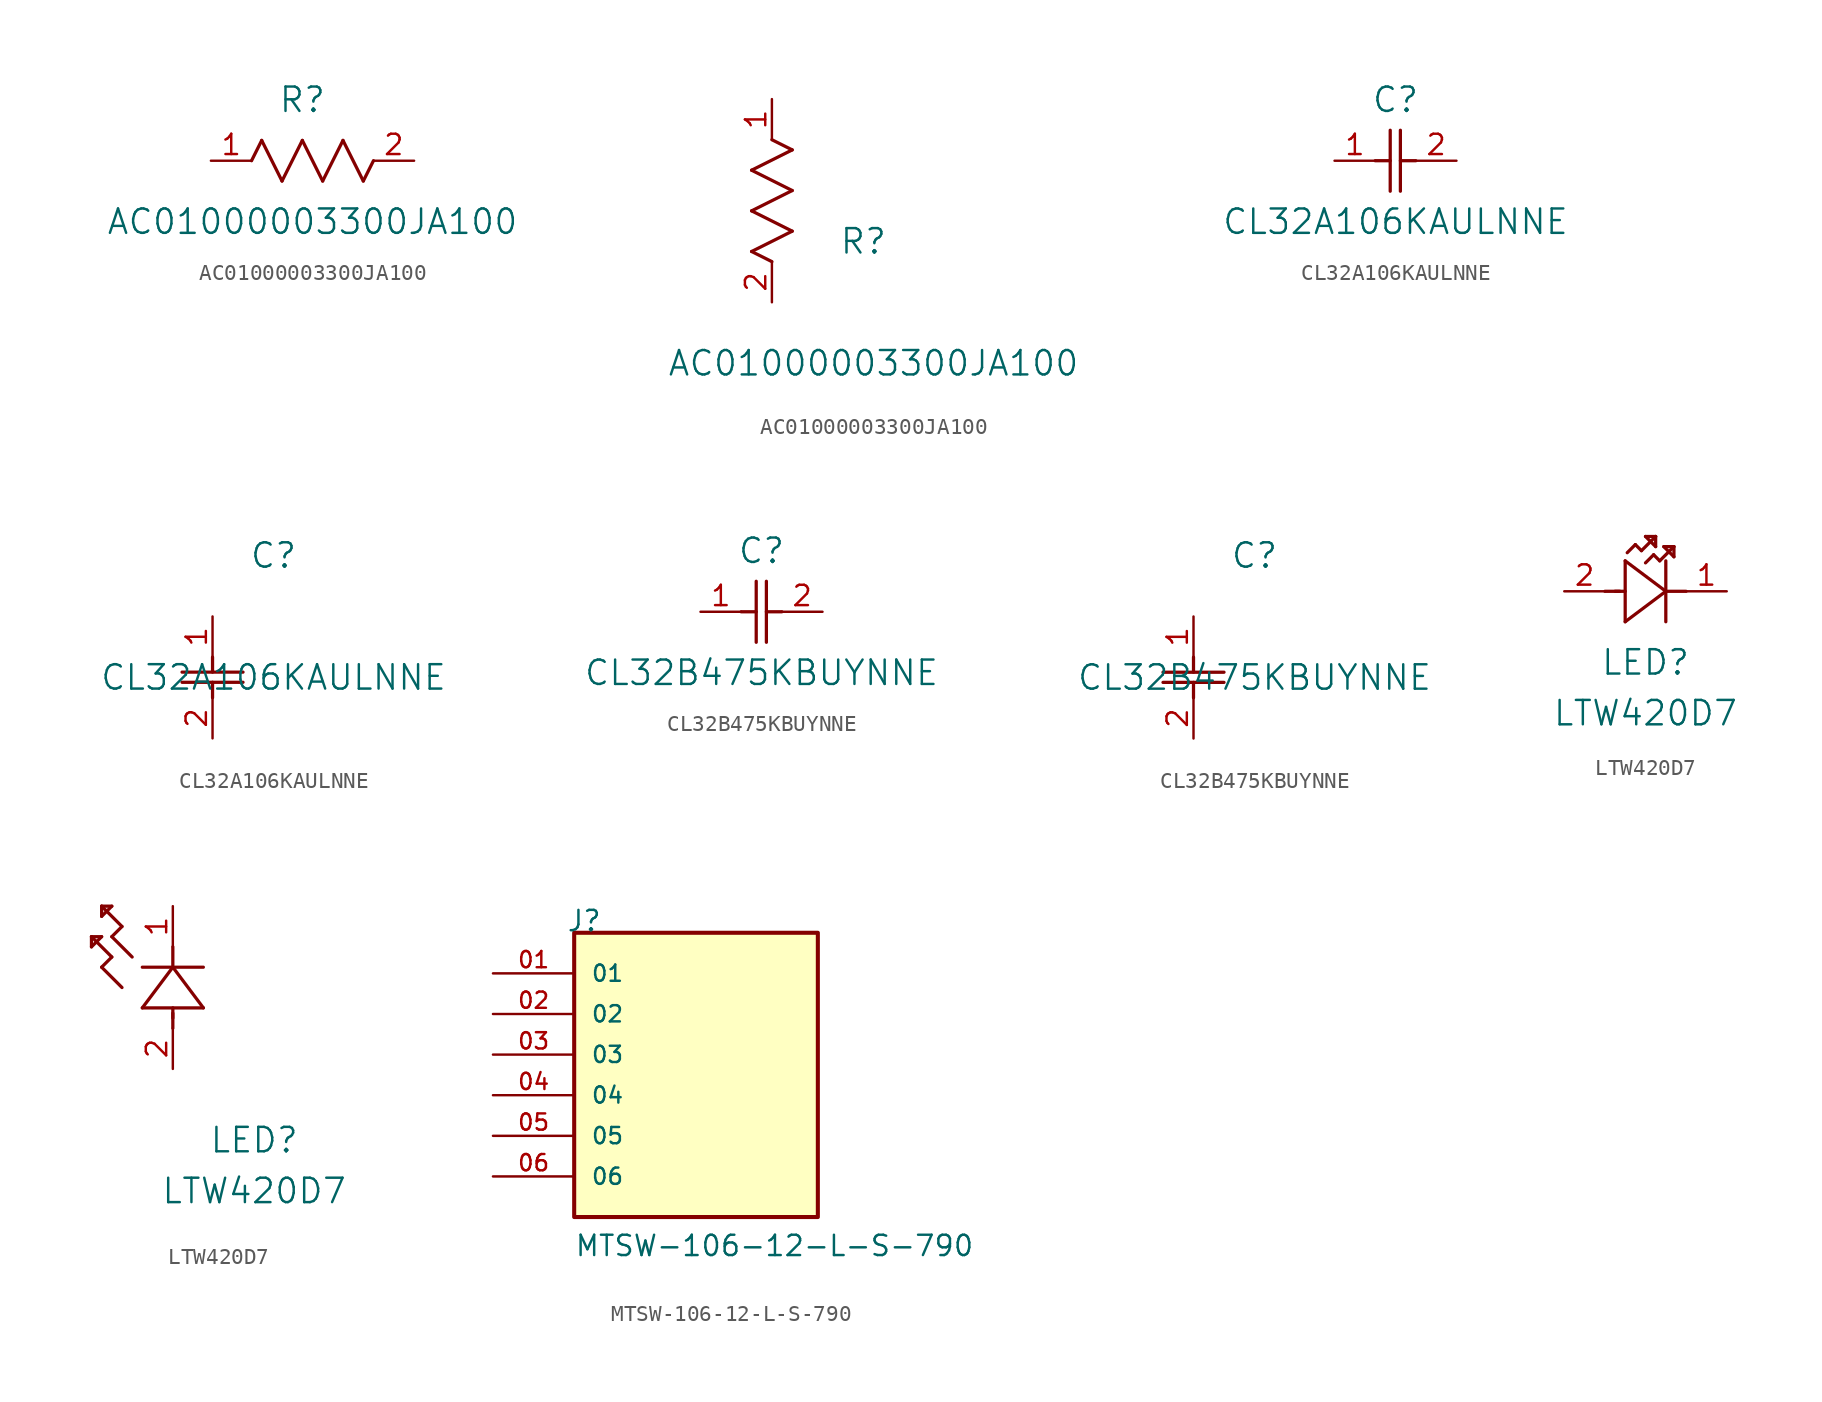
<source format=kicad_sym>
(kicad_symbol_lib
  (version 20211014)
  (generator kicad_symbol_editor)
  (symbol "AC01000003300JA100"
    (pin_names
      (offset 0.254))
    (property "Reference" "R"
      (at 5.715 3.81 0)
      (effects (font (size 1.524 1.524))))
    (property "Value" "AC01000003300JA100"
      (at 6.35 -3.81 0)
      (effects (font (size 1.524 1.524))))
    (property "ki_locked" ""
      (at 0 0 0)
      (effects (font (size 1.27 1.27))))
    (symbol "AC01000003300JA100_1_1"
      (polyline (pts (xy 2.54 0) (xy 3.175 1.27)) (stroke (width 0.203) (type default) (color 0 0 0 0)) (fill (type none)))
      (polyline (pts (xy 3.175 1.27) (xy 4.445 -1.27)) (stroke (width 0.203) (type default) (color 0 0 0 0)) (fill (type none)))
      (polyline (pts (xy 4.445 -1.27) (xy 5.715 1.27)) (stroke (width 0.203) (type default) (color 0 0 0 0)) (fill (type none)))
      (polyline (pts (xy 5.715 1.27) (xy 6.985 -1.27)) (stroke (width 0.203) (type default) (color 0 0 0 0)) (fill (type none)))
      (polyline (pts (xy 6.985 -1.27) (xy 8.255 1.27)) (stroke (width 0.203) (type default) (color 0 0 0 0)) (fill (type none)))
      (polyline (pts (xy 8.255 1.27) (xy 9.525 -1.27)) (stroke (width 0.203) (type default) (color 0 0 0 0)) (fill (type none)))
      (polyline (pts (xy 9.525 -1.27) (xy 10.16 0)) (stroke (width 0.203) (type default) (color 0 0 0 0)) (fill (type none)))
      (pin unspecified line (at 0 0 0) (length 2.54) (name "" (effects (font (size 1.27 1.27)))) (number "1" (effects (font (size 1.27 1.27)))))
      (pin unspecified line (at 12.7 0 180) (length 2.54) (name "" (effects (font (size 1.27 1.27)))) (number "2" (effects (font (size 1.27 1.27))))))
    (symbol "AC01000003300JA100_1_2"
      (polyline (pts (xy -1.27 3.175) (xy 1.27 4.445)) (stroke (width 0.203) (type default) (color 0 0 0 0)) (fill (type none)))
      (polyline (pts (xy -1.27 5.715) (xy 1.27 6.985)) (stroke (width 0.203) (type default) (color 0 0 0 0)) (fill (type none)))
      (polyline (pts (xy -1.27 8.255) (xy 1.27 9.525)) (stroke (width 0.203) (type default) (color 0 0 0 0)) (fill (type none)))
      (polyline (pts (xy 0 2.54) (xy -1.27 3.175)) (stroke (width 0.203) (type default) (color 0 0 0 0)) (fill (type none)))
      (polyline (pts (xy 1.27 4.445) (xy -1.27 5.715)) (stroke (width 0.203) (type default) (color 0 0 0 0)) (fill (type none)))
      (polyline (pts (xy 1.27 6.985) (xy -1.27 8.255)) (stroke (width 0.203) (type default) (color 0 0 0 0)) (fill (type none)))
      (polyline (pts (xy 1.27 9.525) (xy 0 10.16)) (stroke (width 0.203) (type default) (color 0 0 0 0)) (fill (type none)))
      (pin unspecified line (at 0 12.7 270) (length 2.54) (name "" (effects (font (size 1.27 1.27)))) (number "1" (effects (font (size 1.27 1.27)))))
      (pin unspecified line (at 0 0 90) (length 2.54) (name "" (effects (font (size 1.27 1.27)))) (number "2" (effects (font (size 1.27 1.27)))))))
  (symbol "CL32A106KAULNNE"
    (pin_names
      (offset 0.254))
    (property "Reference" "C"
      (at 3.81 3.81 0)
      (effects (font (size 1.524 1.524))))
    (property "Value" "CL32A106KAULNNE"
      (at 3.81 -3.81 0)
      (effects (font (size 1.524 1.524))))
    (symbol "CL32A106KAULNNE_1_1"
      (polyline (pts (xy 2.54 0) (xy 3.48 0)) (stroke (width 0.203) (type default) (color 0 0 0 0)) (fill (type none)))
      (polyline (pts (xy 3.48 -1.905) (xy 3.48 1.905)) (stroke (width 0.203) (type default) (color 0 0 0 0)) (fill (type none)))
      (polyline (pts (xy 4.115 -1.905) (xy 4.115 1.905)) (stroke (width 0.203) (type default) (color 0 0 0 0)) (fill (type none)))
      (polyline (pts (xy 4.115 0) (xy 5.08 0)) (stroke (width 0.203) (type default) (color 0 0 0 0)) (fill (type none)))
      (pin unspecified line (at 0 0 0) (length 2.54) (name "" (effects (font (size 1.27 1.27)))) (number "1" (effects (font (size 1.27 1.27)))))
      (pin unspecified line (at 7.62 0 180) (length 2.54) (name "" (effects (font (size 1.27 1.27)))) (number "2" (effects (font (size 1.27 1.27))))))
    (symbol "CL32A106KAULNNE_1_2"
      (polyline (pts (xy -1.905 -4.115) (xy 1.905 -4.115)) (stroke (width 0.203) (type default) (color 0 0 0 0)) (fill (type none)))
      (polyline (pts (xy -1.905 -3.48) (xy 1.905 -3.48)) (stroke (width 0.203) (type default) (color 0 0 0 0)) (fill (type none)))
      (polyline (pts (xy 0 -4.115) (xy 0 -5.08)) (stroke (width 0.203) (type default) (color 0 0 0 0)) (fill (type none)))
      (polyline (pts (xy 0 -2.54) (xy 0 -3.48)) (stroke (width 0.203) (type default) (color 0 0 0 0)) (fill (type none)))
      (pin unspecified line (at 0 0 270) (length 2.54) (name "" (effects (font (size 1.27 1.27)))) (number "1" (effects (font (size 1.27 1.27)))))
      (pin unspecified line (at 0 -7.62 90) (length 2.54) (name "" (effects (font (size 1.27 1.27)))) (number "2" (effects (font (size 1.27 1.27)))))))
  (symbol "CL32B475KBUYNNE"
    (pin_names
      (offset 0.254))
    (property "Reference" "C"
      (at 3.81 3.81 0)
      (effects (font (size 1.524 1.524))))
    (property "Value" "CL32B475KBUYNNE"
      (at 3.81 -3.81 0)
      (effects (font (size 1.524 1.524))))
    (symbol "CL32B475KBUYNNE_1_1"
      (polyline (pts (xy 2.54 0) (xy 3.48 0)) (stroke (width 0.203) (type default) (color 0 0 0 0)) (fill (type none)))
      (polyline (pts (xy 3.48 -1.905) (xy 3.48 1.905)) (stroke (width 0.203) (type default) (color 0 0 0 0)) (fill (type none)))
      (polyline (pts (xy 4.115 -1.905) (xy 4.115 1.905)) (stroke (width 0.203) (type default) (color 0 0 0 0)) (fill (type none)))
      (polyline (pts (xy 4.115 0) (xy 5.08 0)) (stroke (width 0.203) (type default) (color 0 0 0 0)) (fill (type none)))
      (pin unspecified line (at 0 0 0) (length 2.54) (name "" (effects (font (size 1.27 1.27)))) (number "1" (effects (font (size 1.27 1.27)))))
      (pin unspecified line (at 7.62 0 180) (length 2.54) (name "" (effects (font (size 1.27 1.27)))) (number "2" (effects (font (size 1.27 1.27))))))
    (symbol "CL32B475KBUYNNE_1_2"
      (polyline (pts (xy -1.905 -4.115) (xy 1.905 -4.115)) (stroke (width 0.203) (type default) (color 0 0 0 0)) (fill (type none)))
      (polyline (pts (xy -1.905 -3.48) (xy 1.905 -3.48)) (stroke (width 0.203) (type default) (color 0 0 0 0)) (fill (type none)))
      (polyline (pts (xy 0 -4.115) (xy 0 -5.08)) (stroke (width 0.203) (type default) (color 0 0 0 0)) (fill (type none)))
      (polyline (pts (xy 0 -2.54) (xy 0 -3.48)) (stroke (width 0.203) (type default) (color 0 0 0 0)) (fill (type none)))
      (pin unspecified line (at 0 0 270) (length 2.54) (name "" (effects (font (size 1.27 1.27)))) (number "1" (effects (font (size 1.27 1.27)))))
      (pin unspecified line (at 0 -7.62 90) (length 2.54) (name "" (effects (font (size 1.27 1.27)))) (number "2" (effects (font (size 1.27 1.27)))))))
  (symbol "LTW420D7"
    (pin_names
      (offset 0.254))
    (property "Reference" "LED"
      (at 5.08 -4.445 0)
      (effects (font (size 1.524 1.524))))
    (property "Value" "LTW420D7"
      (at 5.08 -7.62 0)
      (effects (font (size 1.524 1.524))))
    (property "ki_locked" ""
      (at 0 0 0)
      (effects (font (size 1.27 1.27))))
    (symbol "LTW420D7_1_1"
      (polyline (pts (xy 2.54 0) (xy 3.48 0)) (stroke (width 0.203) (type default) (color 0 0 0 0)) (fill (type none)))
      (polyline (pts (xy 3.175 0) (xy 3.81 0)) (stroke (width 0.203) (type default) (color 0 0 0 0)) (fill (type none)))
      (polyline (pts (xy 3.81 -1.905) (xy 6.35 0)) (stroke (width 0.203) (type default) (color 0 0 0 0)) (fill (type none)))
      (polyline (pts (xy 3.81 1.905) (xy 3.81 -1.905)) (stroke (width 0.203) (type default) (color 0 0 0 0)) (fill (type none)))
      (polyline (pts (xy 3.937 2.413) (xy 4.445 2.921)) (stroke (width 0.203) (type default) (color 0 0 0 0)) (fill (type none)))
      (polyline (pts (xy 4.445 2.921) (xy 4.826 2.54)) (stroke (width 0.203) (type default) (color 0 0 0 0)) (fill (type none)))
      (polyline (pts (xy 4.826 2.54) (xy 5.715 3.429)) (stroke (width 0.203) (type default) (color 0 0 0 0)) (fill (type none)))
      (polyline (pts (xy 5.08 1.778) (xy 5.588 2.286)) (stroke (width 0.203) (type default) (color 0 0 0 0)) (fill (type none)))
      (polyline (pts (xy 5.08 3.429) (xy 5.715 2.794)) (stroke (width 0.203) (type default) (color 0 0 0 0)) (fill (type none)))
      (polyline (pts (xy 5.588 2.286) (xy 5.969 1.905)) (stroke (width 0.203) (type default) (color 0 0 0 0)) (fill (type none)))
      (polyline (pts (xy 5.715 2.794) (xy 5.715 3.429)) (stroke (width 0.203) (type default) (color 0 0 0 0)) (fill (type none)))
      (polyline (pts (xy 5.715 3.429) (xy 5.08 3.429)) (stroke (width 0.203) (type default) (color 0 0 0 0)) (fill (type none)))
      (polyline (pts (xy 5.969 1.905) (xy 6.858 2.794)) (stroke (width 0.203) (type default) (color 0 0 0 0)) (fill (type none)))
      (polyline (pts (xy 6.223 2.794) (xy 6.858 2.159)) (stroke (width 0.203) (type default) (color 0 0 0 0)) (fill (type none)))
      (polyline (pts (xy 6.35 -1.905) (xy 6.35 1.905)) (stroke (width 0.203) (type default) (color 0 0 0 0)) (fill (type none)))
      (polyline (pts (xy 6.35 0) (xy 3.81 1.905)) (stroke (width 0.203) (type default) (color 0 0 0 0)) (fill (type none)))
      (polyline (pts (xy 6.35 0) (xy 7.62 0)) (stroke (width 0.203) (type default) (color 0 0 0 0)) (fill (type none)))
      (polyline (pts (xy 6.858 2.159) (xy 6.858 2.794)) (stroke (width 0.203) (type default) (color 0 0 0 0)) (fill (type none)))
      (polyline (pts (xy 6.858 2.794) (xy 6.223 2.794)) (stroke (width 0.203) (type default) (color 0 0 0 0)) (fill (type none)))
      (pin unspecified line (at 10.16 0 180) (length 2.54) (name "" (effects (font (size 1.27 1.27)))) (number "1" (effects (font (size 1.27 1.27)))))
      (pin unspecified line (at 0 0 0) (length 2.54) (name "" (effects (font (size 1.27 1.27)))) (number "2" (effects (font (size 1.27 1.27))))))
    (symbol "LTW420D7_1_2"
      (polyline (pts (xy -5.08 7.62) (xy -4.445 8.255)) (stroke (width 0.203) (type default) (color 0 0 0 0)) (fill (type none)))
      (polyline (pts (xy -5.08 8.255) (xy -5.08 7.62)) (stroke (width 0.203) (type default) (color 0 0 0 0)) (fill (type none)))
      (polyline (pts (xy -4.445 6.35) (xy -3.81 6.985)) (stroke (width 0.203) (type default) (color 0 0 0 0)) (fill (type none)))
      (polyline (pts (xy -4.445 8.255) (xy -5.08 8.255)) (stroke (width 0.203) (type default) (color 0 0 0 0)) (fill (type none)))
      (polyline (pts (xy -4.445 9.525) (xy -3.81 10.16)) (stroke (width 0.203) (type default) (color 0 0 0 0)) (fill (type none)))
      (polyline (pts (xy -4.445 10.16) (xy -4.445 9.525)) (stroke (width 0.203) (type default) (color 0 0 0 0)) (fill (type none)))
      (polyline (pts (xy -3.81 6.985) (xy -5.08 8.255)) (stroke (width 0.203) (type default) (color 0 0 0 0)) (fill (type none)))
      (polyline (pts (xy -3.81 8.255) (xy -3.175 8.89)) (stroke (width 0.203) (type default) (color 0 0 0 0)) (fill (type none)))
      (polyline (pts (xy -3.81 10.16) (xy -4.445 10.16)) (stroke (width 0.203) (type default) (color 0 0 0 0)) (fill (type none)))
      (polyline (pts (xy -3.175 5.08) (xy -4.445 6.35)) (stroke (width 0.203) (type default) (color 0 0 0 0)) (fill (type none)))
      (polyline (pts (xy -3.175 8.89) (xy -4.445 10.16)) (stroke (width 0.203) (type default) (color 0 0 0 0)) (fill (type none)))
      (polyline (pts (xy -2.54 6.985) (xy -3.81 8.255)) (stroke (width 0.203) (type default) (color 0 0 0 0)) (fill (type none)))
      (polyline (pts (xy -1.905 3.81) (xy 1.905 3.81)) (stroke (width 0.203) (type default) (color 0 0 0 0)) (fill (type none)))
      (polyline (pts (xy 0 2.54) (xy 0 3.48)) (stroke (width 0.203) (type default) (color 0 0 0 0)) (fill (type none)))
      (polyline (pts (xy 0 3.175) (xy 0 3.81)) (stroke (width 0.203) (type default) (color 0 0 0 0)) (fill (type none)))
      (polyline (pts (xy 0 6.35) (xy -1.905 3.81)) (stroke (width 0.203) (type default) (color 0 0 0 0)) (fill (type none)))
      (polyline (pts (xy 0 6.35) (xy 0 7.62)) (stroke (width 0.203) (type default) (color 0 0 0 0)) (fill (type none)))
      (polyline (pts (xy 1.905 3.81) (xy 0 6.35)) (stroke (width 0.203) (type default) (color 0 0 0 0)) (fill (type none)))
      (polyline (pts (xy 1.905 6.35) (xy -1.905 6.35)) (stroke (width 0.203) (type default) (color 0 0 0 0)) (fill (type none)))
      (pin unspecified line (at 0 10.16 270) (length 2.54) (name "" (effects (font (size 1.27 1.27)))) (number "1" (effects (font (size 1.27 1.27)))))
      (pin unspecified line (at 0 0 90) (length 2.54) (name "" (effects (font (size 1.27 1.27)))) (number "2" (effects (font (size 1.27 1.27)))))))
  (symbol "MTSW-106-12-L-S-790"
    (pin_names
      (offset 1.016))
    (property "Reference" "J"
      (at -8.12 10.16 0)
      (effects (font (size 1.27 1.27)) (justify left bottom)))
    (property "Value" "MTSW-106-12-L-S-790"
      (at -7.62 -10.16 0)
      (effects (font (size 1.27 1.27)) (justify left bottom)))
    (symbol "MTSW-106-12-L-S-790_0_0"
      (rectangle (start -7.62 -7.62) (end 7.62 10.16) (stroke (width 0.254) (type default) (color 0 0 0 0)) (fill (type background)))
      (pin passive line (at -12.7 7.62 0) (length 5.08) (name "01" (effects (font (size 1.016 1.016)))) (number "01" (effects (font (size 1.016 1.016)))))
      (pin passive line (at -12.7 5.08 0) (length 5.08) (name "02" (effects (font (size 1.016 1.016)))) (number "02" (effects (font (size 1.016 1.016)))))
      (pin passive line (at -12.7 2.54 0) (length 5.08) (name "03" (effects (font (size 1.016 1.016)))) (number "03" (effects (font (size 1.016 1.016)))))
      (pin passive line (at -12.7 0 0) (length 5.08) (name "04" (effects (font (size 1.016 1.016)))) (number "04" (effects (font (size 1.016 1.016)))))
      (pin passive line (at -12.7 -2.54 0) (length 5.08) (name "05" (effects (font (size 1.016 1.016)))) (number "05" (effects (font (size 1.016 1.016)))))
      (pin passive line (at -12.7 -5.08 0) (length 5.08) (name "06" (effects (font (size 1.016 1.016)))) (number "06" (effects (font (size 1.016 1.016))))))))
</source>
